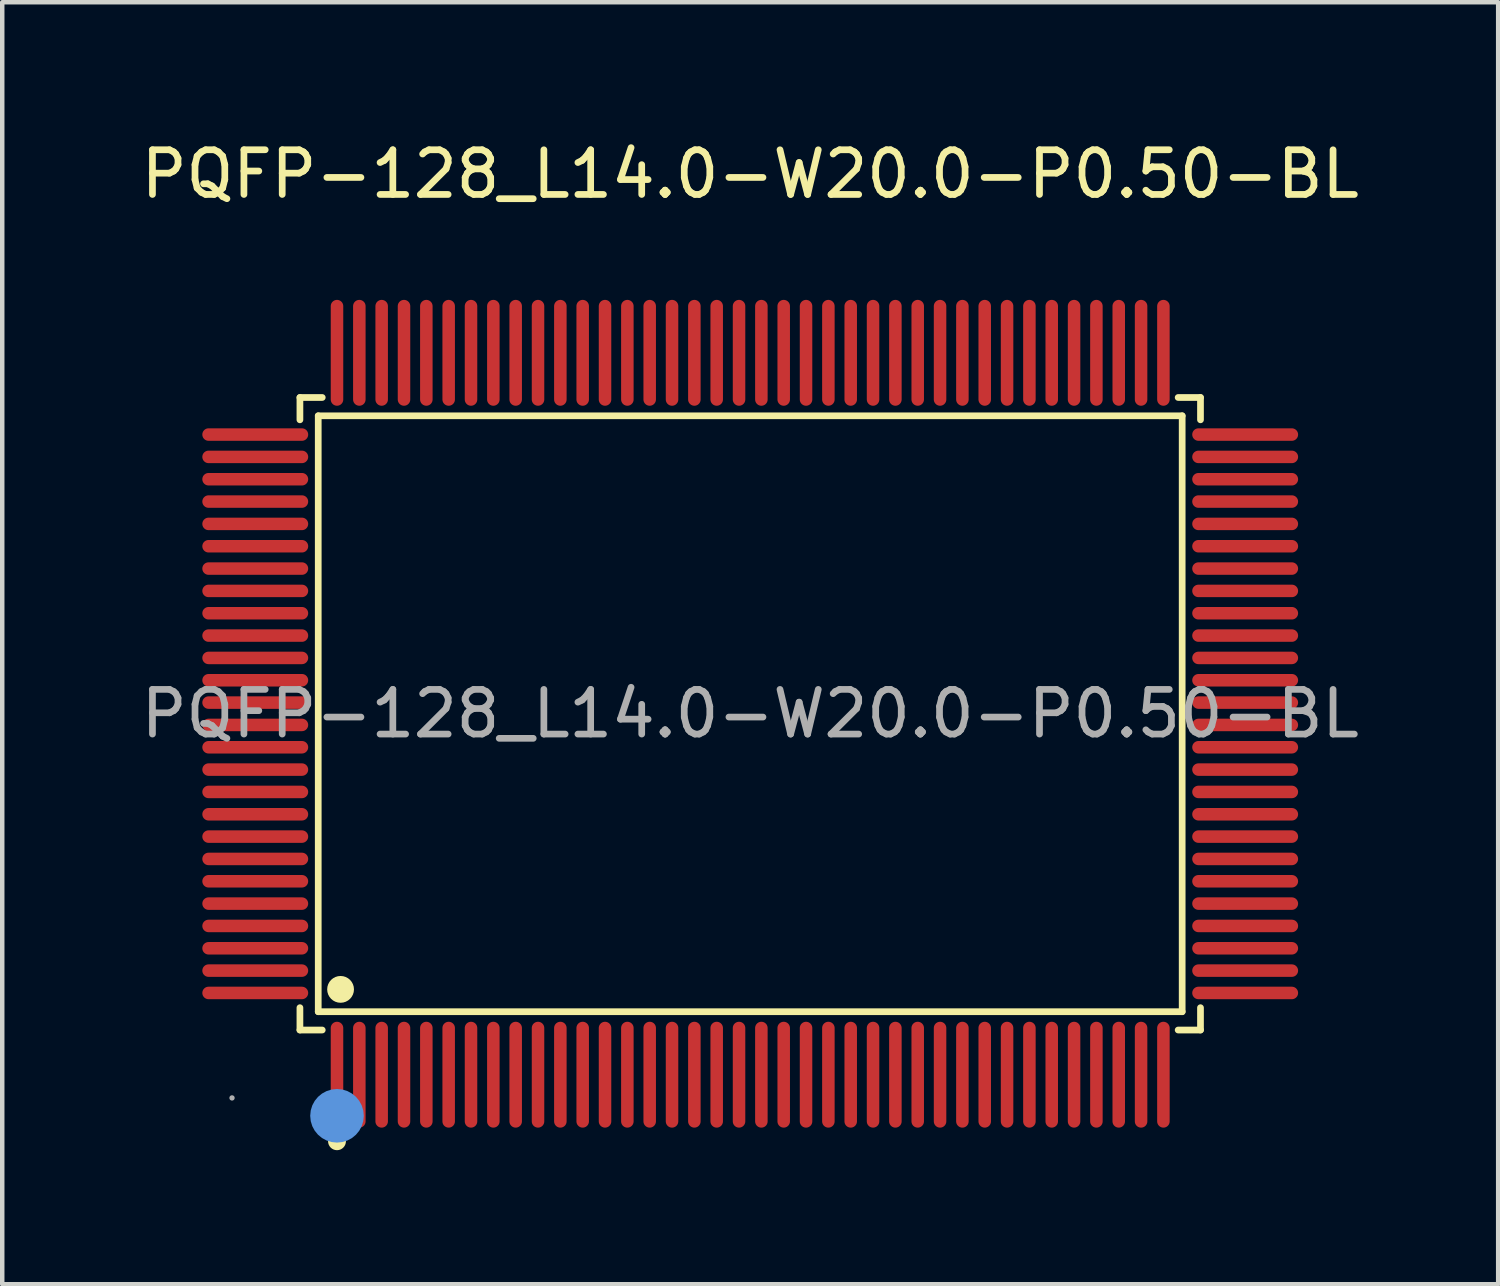
<source format=kicad_pcb>
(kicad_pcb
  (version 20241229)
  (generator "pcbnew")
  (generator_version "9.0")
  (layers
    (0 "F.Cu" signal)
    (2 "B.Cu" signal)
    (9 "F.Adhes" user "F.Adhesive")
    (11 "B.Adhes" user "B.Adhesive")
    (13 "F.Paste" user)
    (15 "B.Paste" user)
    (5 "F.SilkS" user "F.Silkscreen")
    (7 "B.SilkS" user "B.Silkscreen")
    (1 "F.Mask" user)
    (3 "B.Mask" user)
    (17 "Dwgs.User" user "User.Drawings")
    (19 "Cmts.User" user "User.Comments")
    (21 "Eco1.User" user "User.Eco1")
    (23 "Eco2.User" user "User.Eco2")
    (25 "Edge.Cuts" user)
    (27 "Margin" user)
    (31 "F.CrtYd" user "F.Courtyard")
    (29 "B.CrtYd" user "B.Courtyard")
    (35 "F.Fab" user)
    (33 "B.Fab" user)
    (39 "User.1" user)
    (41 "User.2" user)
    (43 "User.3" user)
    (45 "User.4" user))
  (footprint "PQFP-128_L14.0-W20.0-P0.50-BL"
    (layer "F.Cu")
    (at 13.744 12.928)
    (property "Reference" "PQFP-128_L14.0-W20.0-P0.50-BL" (at 0 -12.08 0) (layer "F.SilkS") (effects (font (size 1 1) (thickness 0.15))))
    (attr through_hole)
    (fp_line (start -10.08 -7.08) (end -9.58 -7.08) (stroke (width 0.15) (type solid)) (layer "F.SilkS"))
    (fp_line (start -10.08 -6.58) (end -10.08 -7.08) (stroke (width 0.15) (type solid)) (layer "F.SilkS"))
    (fp_line (start -10.08 6.58) (end -10.08 7.08) (stroke (width 0.15) (type solid)) (layer "F.SilkS"))
    (fp_line (start -10.08 7.08) (end -9.58 7.08) (stroke (width 0.15) (type solid)) (layer "F.SilkS"))
    (fp_line (start -9.67 -6.67) (end 9.67 -6.67) (stroke (width 0.15) (type solid)) (layer "F.SilkS"))
    (fp_line (start -9.67 6.67) (end -9.67 -6.67) (stroke (width 0.15) (type solid)) (layer "F.SilkS"))
    (fp_line (start 9.67 -6.67) (end 9.67 6.67) (stroke (width 0.15) (type solid)) (layer "F.SilkS"))
    (fp_line (start 9.67 6.67) (end -9.67 6.67) (stroke (width 0.15) (type solid)) (layer "F.SilkS"))
    (fp_line (start 10.08 -7.08) (end 9.58 -7.08) (stroke (width 0.15) (type solid)) (layer "F.SilkS"))
    (fp_line (start 10.08 -6.58) (end 10.08 -7.08) (stroke (width 0.15) (type solid)) (layer "F.SilkS"))
    (fp_line (start 10.08 6.58) (end 10.08 7.08) (stroke (width 0.15) (type solid)) (layer "F.SilkS"))
    (fp_line (start 10.08 7.08) (end 9.58 7.08) (stroke (width 0.15) (type solid)) (layer "F.SilkS"))
    (fp_circle (center -9.25 9.57) (end -9.15 9.57) (stroke (width 0.2) (type solid)) (fill no) (layer "F.SilkS"))
    (fp_circle (center -9.17 6.17) (end -9.02 6.17) (stroke (width 0.3) (type solid)) (fill no) (layer "F.SilkS"))
    (fp_circle (center -9.25 9) (end -8.95 9) (stroke (width 0.6) (type solid)) (fill no) (layer "Cmts.User"))
    (fp_circle (center -11.6 8.6) (end -11.57 8.6) (stroke (width 0.06) (type solid)) (fill no) (layer "F.Fab"))
    (fp_text user "${REFERENCE}" (at 0 0 0) (layer "F.Fab") (effects (font (size 1 1) (thickness 0.15))))
    (pad "1" smd oval (at -9.25 8.08) (size 0.28 2.37) (layers "F.Cu" "F.Mask" "F.Paste"))
    (pad "2" smd oval (at -8.75 8.08) (size 0.28 2.37) (layers "F.Cu" "F.Mask" "F.Paste"))
    (pad "3" smd oval (at -8.25 8.08) (size 0.28 2.37) (layers "F.Cu" "F.Mask" "F.Paste"))
    (pad "4" smd oval (at -7.75 8.08) (size 0.28 2.37) (layers "F.Cu" "F.Mask" "F.Paste"))
    (pad "5" smd oval (at -7.25 8.08) (size 0.28 2.37) (layers "F.Cu" "F.Mask" "F.Paste"))
    (pad "6" smd oval (at -6.75 8.08) (size 0.28 2.37) (layers "F.Cu" "F.Mask" "F.Paste"))
    (pad "7" smd oval (at -6.25 8.08) (size 0.28 2.37) (layers "F.Cu" "F.Mask" "F.Paste"))
    (pad "8" smd oval (at -5.75 8.08) (size 0.28 2.37) (layers "F.Cu" "F.Mask" "F.Paste"))
    (pad "9" smd oval (at -5.25 8.08) (size 0.28 2.37) (layers "F.Cu" "F.Mask" "F.Paste"))
    (pad "10" smd oval (at -4.75 8.08) (size 0.28 2.37) (layers "F.Cu" "F.Mask" "F.Paste"))
    (pad "11" smd oval (at -4.25 8.08) (size 0.28 2.37) (layers "F.Cu" "F.Mask" "F.Paste"))
    (pad "12" smd oval (at -3.75 8.08) (size 0.28 2.37) (layers "F.Cu" "F.Mask" "F.Paste"))
    (pad "13" smd oval (at -3.25 8.08) (size 0.28 2.37) (layers "F.Cu" "F.Mask" "F.Paste"))
    (pad "14" smd oval (at -2.75 8.08) (size 0.28 2.37) (layers "F.Cu" "F.Mask" "F.Paste"))
    (pad "15" smd oval (at -2.25 8.08) (size 0.28 2.37) (layers "F.Cu" "F.Mask" "F.Paste"))
    (pad "16" smd oval (at -1.75 8.08) (size 0.28 2.37) (layers "F.Cu" "F.Mask" "F.Paste"))
    (pad "17" smd oval (at -1.25 8.08) (size 0.28 2.37) (layers "F.Cu" "F.Mask" "F.Paste"))
    (pad "18" smd oval (at -0.75 8.08) (size 0.28 2.37) (layers "F.Cu" "F.Mask" "F.Paste"))
    (pad "19" smd oval (at -0.25 8.08) (size 0.28 2.37) (layers "F.Cu" "F.Mask" "F.Paste"))
    (pad "20" smd oval (at 0.25 8.08) (size 0.28 2.37) (layers "F.Cu" "F.Mask" "F.Paste"))
    (pad "21" smd oval (at 0.75 8.08) (size 0.28 2.37) (layers "F.Cu" "F.Mask" "F.Paste"))
    (pad "22" smd oval (at 1.25 8.08) (size 0.28 2.37) (layers "F.Cu" "F.Mask" "F.Paste"))
    (pad "23" smd oval (at 1.75 8.08) (size 0.28 2.37) (layers "F.Cu" "F.Mask" "F.Paste"))
    (pad "24" smd oval (at 2.25 8.08) (size 0.28 2.37) (layers "F.Cu" "F.Mask" "F.Paste"))
    (pad "25" smd oval (at 2.75 8.08) (size 0.28 2.37) (layers "F.Cu" "F.Mask" "F.Paste"))
    (pad "26" smd oval (at 3.25 8.08) (size 0.28 2.37) (layers "F.Cu" "F.Mask" "F.Paste"))
    (pad "27" smd oval (at 3.75 8.08) (size 0.28 2.37) (layers "F.Cu" "F.Mask" "F.Paste"))
    (pad "28" smd oval (at 4.25 8.08) (size 0.28 2.37) (layers "F.Cu" "F.Mask" "F.Paste"))
    (pad "29" smd oval (at 4.75 8.08) (size 0.28 2.37) (layers "F.Cu" "F.Mask" "F.Paste"))
    (pad "30" smd oval (at 5.25 8.08) (size 0.28 2.37) (layers "F.Cu" "F.Mask" "F.Paste"))
    (pad "31" smd oval (at 5.75 8.08) (size 0.28 2.37) (layers "F.Cu" "F.Mask" "F.Paste"))
    (pad "32" smd oval (at 6.25 8.08) (size 0.28 2.37) (layers "F.Cu" "F.Mask" "F.Paste"))
    (pad "33" smd oval (at 6.75 8.08) (size 0.28 2.37) (layers "F.Cu" "F.Mask" "F.Paste"))
    (pad "34" smd oval (at 7.25 8.08) (size 0.28 2.37) (layers "F.Cu" "F.Mask" "F.Paste"))
    (pad "35" smd oval (at 7.75 8.08) (size 0.28 2.37) (layers "F.Cu" "F.Mask" "F.Paste"))
    (pad "36" smd oval (at 8.25 8.08) (size 0.28 2.37) (layers "F.Cu" "F.Mask" "F.Paste"))
    (pad "37" smd oval (at 8.75 8.08) (size 0.28 2.37) (layers "F.Cu" "F.Mask" "F.Paste"))
    (pad "38" smd oval (at 9.25 8.08) (size 0.28 2.37) (layers "F.Cu" "F.Mask" "F.Paste"))
    (pad "39" smd oval (at 11.08 6.25) (size 2.37 0.28) (layers "F.Cu" "F.Mask" "F.Paste"))
    (pad "40" smd oval (at 11.08 5.75) (size 2.37 0.28) (layers "F.Cu" "F.Mask" "F.Paste"))
    (pad "41" smd oval (at 11.08 5.25) (size 2.37 0.28) (layers "F.Cu" "F.Mask" "F.Paste"))
    (pad "42" smd oval (at 11.08 4.75) (size 2.37 0.28) (layers "F.Cu" "F.Mask" "F.Paste"))
    (pad "43" smd oval (at 11.08 4.25) (size 2.37 0.28) (layers "F.Cu" "F.Mask" "F.Paste"))
    (pad "44" smd oval (at 11.08 3.75) (size 2.37 0.28) (layers "F.Cu" "F.Mask" "F.Paste"))
    (pad "45" smd oval (at 11.08 3.25) (size 2.37 0.28) (layers "F.Cu" "F.Mask" "F.Paste"))
    (pad "46" smd oval (at 11.08 2.75) (size 2.37 0.28) (layers "F.Cu" "F.Mask" "F.Paste"))
    (pad "47" smd oval (at 11.08 2.25) (size 2.37 0.28) (layers "F.Cu" "F.Mask" "F.Paste"))
    (pad "48" smd oval (at 11.08 1.75) (size 2.37 0.28) (layers "F.Cu" "F.Mask" "F.Paste"))
    (pad "49" smd oval (at 11.08 1.25) (size 2.37 0.28) (layers "F.Cu" "F.Mask" "F.Paste"))
    (pad "50" smd oval (at 11.08 0.75) (size 2.37 0.28) (layers "F.Cu" "F.Mask" "F.Paste"))
    (pad "51" smd oval (at 11.08 0.25) (size 2.37 0.28) (layers "F.Cu" "F.Mask" "F.Paste"))
    (pad "52" smd oval (at 11.08 -0.25) (size 2.37 0.28) (layers "F.Cu" "F.Mask" "F.Paste"))
    (pad "53" smd oval (at 11.08 -0.75) (size 2.37 0.28) (layers "F.Cu" "F.Mask" "F.Paste"))
    (pad "54" smd oval (at 11.08 -1.25) (size 2.37 0.28) (layers "F.Cu" "F.Mask" "F.Paste"))
    (pad "55" smd oval (at 11.08 -1.75) (size 2.37 0.28) (layers "F.Cu" "F.Mask" "F.Paste"))
    (pad "56" smd oval (at 11.08 -2.25) (size 2.37 0.28) (layers "F.Cu" "F.Mask" "F.Paste"))
    (pad "57" smd oval (at 11.08 -2.75) (size 2.37 0.28) (layers "F.Cu" "F.Mask" "F.Paste"))
    (pad "58" smd oval (at 11.08 -3.25) (size 2.37 0.28) (layers "F.Cu" "F.Mask" "F.Paste"))
    (pad "59" smd oval (at 11.08 -3.75) (size 2.37 0.28) (layers "F.Cu" "F.Mask" "F.Paste"))
    (pad "60" smd oval (at 11.08 -4.25) (size 2.37 0.28) (layers "F.Cu" "F.Mask" "F.Paste"))
    (pad "61" smd oval (at 11.08 -4.75) (size 2.37 0.28) (layers "F.Cu" "F.Mask" "F.Paste"))
    (pad "62" smd oval (at 11.08 -5.25) (size 2.37 0.28) (layers "F.Cu" "F.Mask" "F.Paste"))
    (pad "63" smd oval (at 11.08 -5.75) (size 2.37 0.28) (layers "F.Cu" "F.Mask" "F.Paste"))
    (pad "64" smd oval (at 11.08 -6.25) (size 2.37 0.28) (layers "F.Cu" "F.Mask" "F.Paste"))
    (pad "65" smd oval (at 9.25 -8.08) (size 0.28 2.37) (layers "F.Cu" "F.Mask" "F.Paste"))
    (pad "66" smd oval (at 8.75 -8.08) (size 0.28 2.37) (layers "F.Cu" "F.Mask" "F.Paste"))
    (pad "67" smd oval (at 8.25 -8.08) (size 0.28 2.37) (layers "F.Cu" "F.Mask" "F.Paste"))
    (pad "68" smd oval (at 7.75 -8.08) (size 0.28 2.37) (layers "F.Cu" "F.Mask" "F.Paste"))
    (pad "69" smd oval (at 7.25 -8.08) (size 0.28 2.37) (layers "F.Cu" "F.Mask" "F.Paste"))
    (pad "70" smd oval (at 6.75 -8.08) (size 0.28 2.37) (layers "F.Cu" "F.Mask" "F.Paste"))
    (pad "71" smd oval (at 6.25 -8.08) (size 0.28 2.37) (layers "F.Cu" "F.Mask" "F.Paste"))
    (pad "72" smd oval (at 5.75 -8.08) (size 0.28 2.37) (layers "F.Cu" "F.Mask" "F.Paste"))
    (pad "73" smd oval (at 5.25 -8.08) (size 0.28 2.37) (layers "F.Cu" "F.Mask" "F.Paste"))
    (pad "74" smd oval (at 4.75 -8.08) (size 0.28 2.37) (layers "F.Cu" "F.Mask" "F.Paste"))
    (pad "75" smd oval (at 4.25 -8.08) (size 0.28 2.37) (layers "F.Cu" "F.Mask" "F.Paste"))
    (pad "76" smd oval (at 3.75 -8.08) (size 0.28 2.37) (layers "F.Cu" "F.Mask" "F.Paste"))
    (pad "77" smd oval (at 3.25 -8.08) (size 0.28 2.37) (layers "F.Cu" "F.Mask" "F.Paste"))
    (pad "78" smd oval (at 2.75 -8.08) (size 0.28 2.37) (layers "F.Cu" "F.Mask" "F.Paste"))
    (pad "79" smd oval (at 2.25 -8.08) (size 0.28 2.37) (layers "F.Cu" "F.Mask" "F.Paste"))
    (pad "80" smd oval (at 1.75 -8.08) (size 0.28 2.37) (layers "F.Cu" "F.Mask" "F.Paste"))
    (pad "81" smd oval (at 1.25 -8.08) (size 0.28 2.37) (layers "F.Cu" "F.Mask" "F.Paste"))
    (pad "82" smd oval (at 0.75 -8.08) (size 0.28 2.37) (layers "F.Cu" "F.Mask" "F.Paste"))
    (pad "83" smd oval (at 0.25 -8.08) (size 0.28 2.37) (layers "F.Cu" "F.Mask" "F.Paste"))
    (pad "84" smd oval (at -0.25 -8.08) (size 0.28 2.37) (layers "F.Cu" "F.Mask" "F.Paste"))
    (pad "85" smd oval (at -0.75 -8.08) (size 0.28 2.37) (layers "F.Cu" "F.Mask" "F.Paste"))
    (pad "86" smd oval (at -1.25 -8.08) (size 0.28 2.37) (layers "F.Cu" "F.Mask" "F.Paste"))
    (pad "87" smd oval (at -1.75 -8.08) (size 0.28 2.37) (layers "F.Cu" "F.Mask" "F.Paste"))
    (pad "88" smd oval (at -2.25 -8.08) (size 0.28 2.37) (layers "F.Cu" "F.Mask" "F.Paste"))
    (pad "89" smd oval (at -2.75 -8.08) (size 0.28 2.37) (layers "F.Cu" "F.Mask" "F.Paste"))
    (pad "90" smd oval (at -3.25 -8.08) (size 0.28 2.37) (layers "F.Cu" "F.Mask" "F.Paste"))
    (pad "91" smd oval (at -3.75 -8.08) (size 0.28 2.37) (layers "F.Cu" "F.Mask" "F.Paste"))
    (pad "92" smd oval (at -4.25 -8.08) (size 0.28 2.37) (layers "F.Cu" "F.Mask" "F.Paste"))
    (pad "93" smd oval (at -4.75 -8.08) (size 0.28 2.37) (layers "F.Cu" "F.Mask" "F.Paste"))
    (pad "94" smd oval (at -5.25 -8.08) (size 0.28 2.37) (layers "F.Cu" "F.Mask" "F.Paste"))
    (pad "95" smd oval (at -5.75 -8.08) (size 0.28 2.37) (layers "F.Cu" "F.Mask" "F.Paste"))
    (pad "96" smd oval (at -6.25 -8.08) (size 0.28 2.37) (layers "F.Cu" "F.Mask" "F.Paste"))
    (pad "97" smd oval (at -6.75 -8.08) (size 0.28 2.37) (layers "F.Cu" "F.Mask" "F.Paste"))
    (pad "98" smd oval (at -7.25 -8.08) (size 0.28 2.37) (layers "F.Cu" "F.Mask" "F.Paste"))
    (pad "99" smd oval (at -7.75 -8.08) (size 0.28 2.37) (layers "F.Cu" "F.Mask" "F.Paste"))
    (pad "100" smd oval (at -8.25 -8.08) (size 0.28 2.37) (layers "F.Cu" "F.Mask" "F.Paste"))
    (pad "101" smd oval (at -8.75 -8.08) (size 0.28 2.37) (layers "F.Cu" "F.Mask" "F.Paste"))
    (pad "102" smd oval (at -9.25 -8.08) (size 0.28 2.37) (layers "F.Cu" "F.Mask" "F.Paste"))
    (pad "103" smd oval (at -11.08 -6.25) (size 2.37 0.28) (layers "F.Cu" "F.Mask" "F.Paste"))
    (pad "104" smd oval (at -11.08 -5.75) (size 2.37 0.28) (layers "F.Cu" "F.Mask" "F.Paste"))
    (pad "105" smd oval (at -11.08 -5.25) (size 2.37 0.28) (layers "F.Cu" "F.Mask" "F.Paste"))
    (pad "106" smd oval (at -11.08 -4.75) (size 2.37 0.28) (layers "F.Cu" "F.Mask" "F.Paste"))
    (pad "107" smd oval (at -11.08 -4.25) (size 2.37 0.28) (layers "F.Cu" "F.Mask" "F.Paste"))
    (pad "108" smd oval (at -11.08 -3.75) (size 2.37 0.28) (layers "F.Cu" "F.Mask" "F.Paste"))
    (pad "109" smd oval (at -11.08 -3.25) (size 2.37 0.28) (layers "F.Cu" "F.Mask" "F.Paste"))
    (pad "110" smd oval (at -11.08 -2.75) (size 2.37 0.28) (layers "F.Cu" "F.Mask" "F.Paste"))
    (pad "111" smd oval (at -11.08 -2.25) (size 2.37 0.28) (layers "F.Cu" "F.Mask" "F.Paste"))
    (pad "112" smd oval (at -11.08 -1.75) (size 2.37 0.28) (layers "F.Cu" "F.Mask" "F.Paste"))
    (pad "113" smd oval (at -11.08 -1.25) (size 2.37 0.28) (layers "F.Cu" "F.Mask" "F.Paste"))
    (pad "114" smd oval (at -11.08 -0.75) (size 2.37 0.28) (layers "F.Cu" "F.Mask" "F.Paste"))
    (pad "115" smd oval (at -11.08 -0.25) (size 2.37 0.28) (layers "F.Cu" "F.Mask" "F.Paste"))
    (pad "116" smd oval (at -11.08 0.25) (size 2.37 0.28) (layers "F.Cu" "F.Mask" "F.Paste"))
    (pad "117" smd oval (at -11.08 0.75) (size 2.37 0.28) (layers "F.Cu" "F.Mask" "F.Paste"))
    (pad "118" smd oval (at -11.08 1.25) (size 2.37 0.28) (layers "F.Cu" "F.Mask" "F.Paste"))
    (pad "119" smd oval (at -11.08 1.75) (size 2.37 0.28) (layers "F.Cu" "F.Mask" "F.Paste"))
    (pad "120" smd oval (at -11.08 2.25) (size 2.37 0.28) (layers "F.Cu" "F.Mask" "F.Paste"))
    (pad "121" smd oval (at -11.08 2.75) (size 2.37 0.28) (layers "F.Cu" "F.Mask" "F.Paste"))
    (pad "122" smd oval (at -11.08 3.25) (size 2.37 0.28) (layers "F.Cu" "F.Mask" "F.Paste"))
    (pad "123" smd oval (at -11.08 3.75) (size 2.37 0.28) (layers "F.Cu" "F.Mask" "F.Paste"))
    (pad "124" smd oval (at -11.08 4.25) (size 2.37 0.28) (layers "F.Cu" "F.Mask" "F.Paste"))
    (pad "125" smd oval (at -11.08 4.75) (size 2.37 0.28) (layers "F.Cu" "F.Mask" "F.Paste"))
    (pad "126" smd oval (at -11.08 5.25) (size 2.37 0.28) (layers "F.Cu" "F.Mask" "F.Paste"))
    (pad "127" smd oval (at -11.08 5.75) (size 2.37 0.28) (layers "F.Cu" "F.Mask" "F.Paste"))
    (pad "128" smd oval (at -11.08 6.25) (size 2.37 0.28) (layers "F.Cu" "F.Mask" "F.Paste")))
  (gr_rect
    (start -3 -3)
    (end 30.488 25.698)
    (stroke (width 0.1) (type default))
    (fill no)
    (layer "Edge.Cuts")))
</source>
